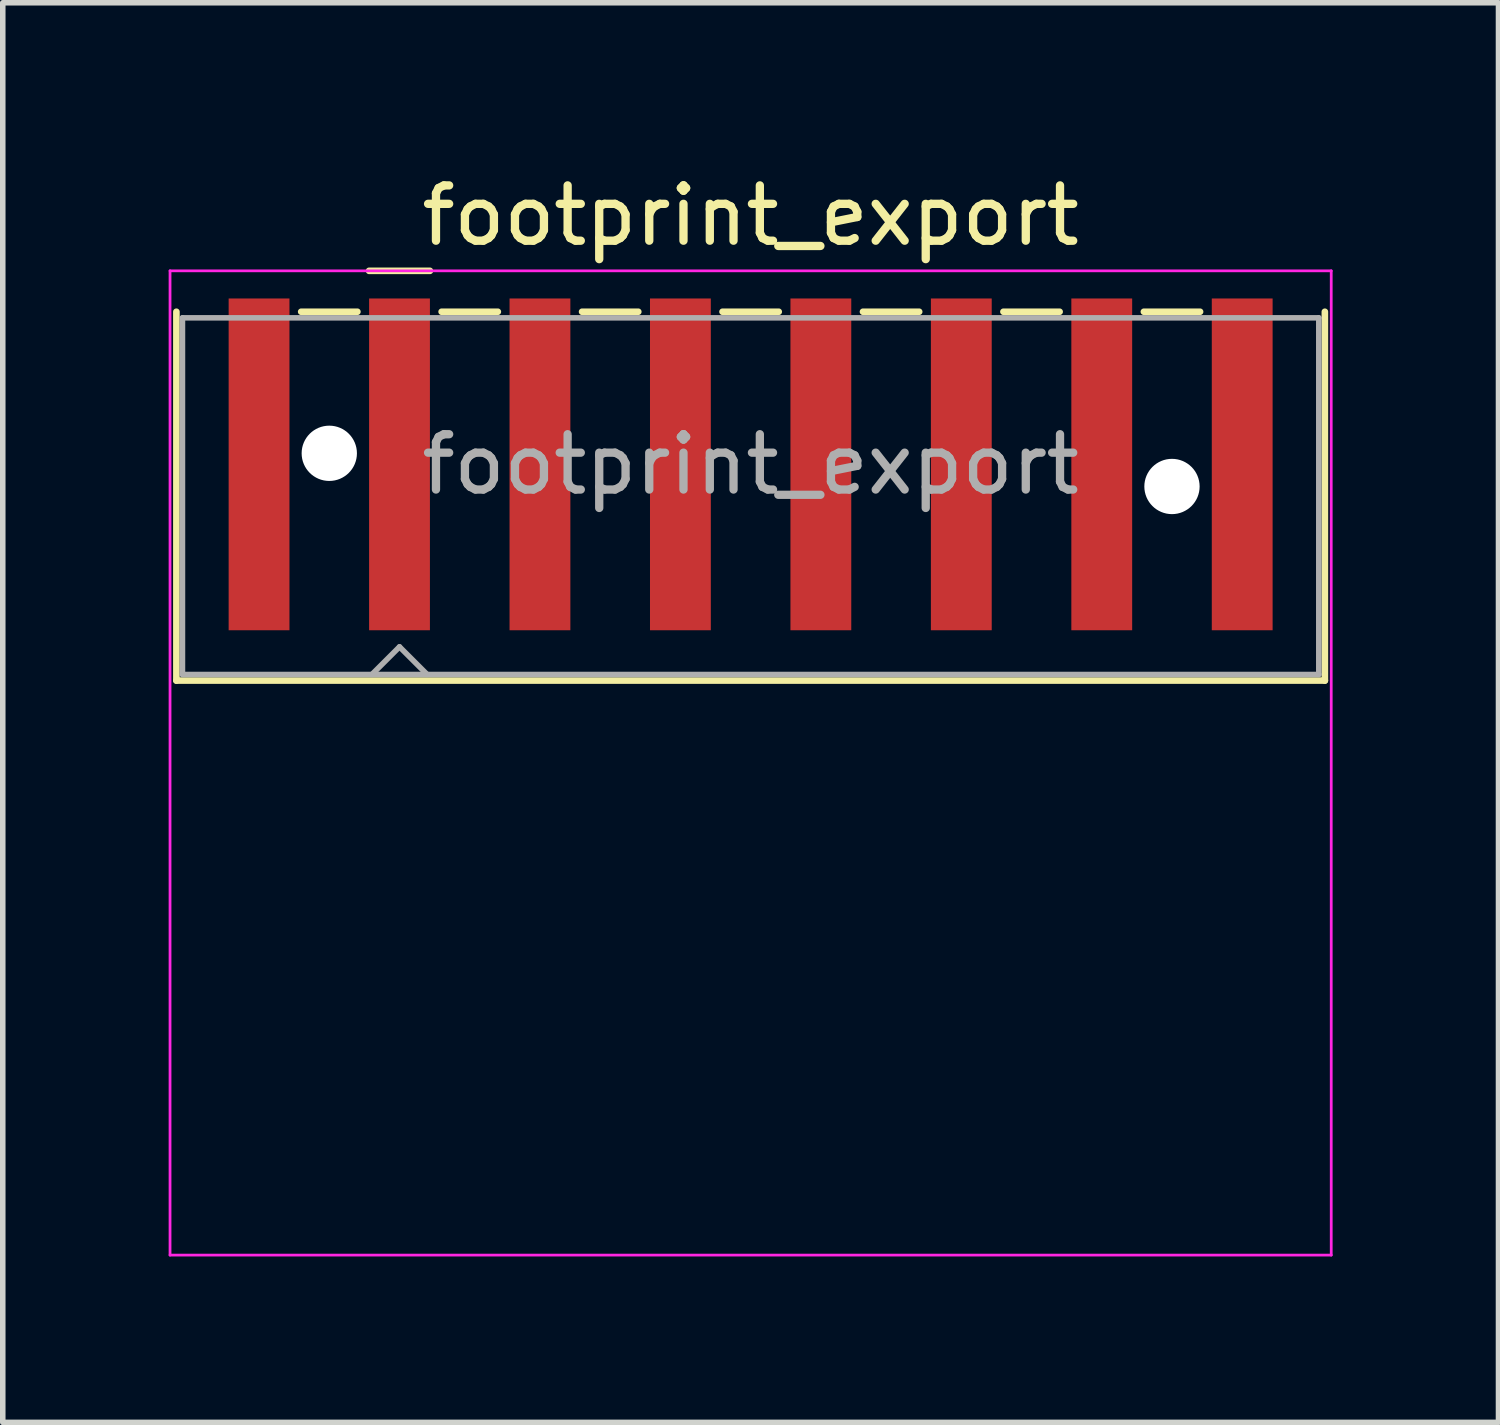
<source format=kicad_pcb>
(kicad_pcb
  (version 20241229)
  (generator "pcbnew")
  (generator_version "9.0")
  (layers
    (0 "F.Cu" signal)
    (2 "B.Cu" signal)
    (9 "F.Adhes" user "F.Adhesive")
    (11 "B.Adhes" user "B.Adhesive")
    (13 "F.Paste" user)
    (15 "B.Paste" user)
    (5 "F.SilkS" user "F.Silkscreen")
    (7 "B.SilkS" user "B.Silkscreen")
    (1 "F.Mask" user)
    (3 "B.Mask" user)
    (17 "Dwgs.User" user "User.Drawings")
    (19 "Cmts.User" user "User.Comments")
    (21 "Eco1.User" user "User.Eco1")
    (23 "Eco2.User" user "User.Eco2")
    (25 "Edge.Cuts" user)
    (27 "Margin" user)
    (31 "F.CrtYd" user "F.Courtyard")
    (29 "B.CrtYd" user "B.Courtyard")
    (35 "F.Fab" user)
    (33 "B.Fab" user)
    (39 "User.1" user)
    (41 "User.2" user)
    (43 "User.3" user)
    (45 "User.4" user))
  (footprint "footprint_export"
    (layer "F.Cu")
    (at 10.525 6.648)
    (property "Reference" "footprint_export" (at 0 -5.8 0) (layer "F.SilkS") (effects (font (size 1 1) (thickness 0.15))))
    (attr smd)
    (fp_line (start -10.385 -4.06) (end -10.385 2.61) (stroke (width 0.12) (type solid)) (layer "F.SilkS"))
    (fp_line (start -8.128 -4.06) (end -7.112 -4.06) (stroke (width 0.12) (type solid)) (layer "F.SilkS"))
    (fp_line (start -6.9 -4.8) (end -5.8 -4.8) (stroke (width 0.12) (type solid)) (layer "F.SilkS"))
    (fp_line (start -5.588 -4.06) (end -4.572 -4.06) (stroke (width 0.12) (type solid)) (layer "F.SilkS"))
    (fp_line (start -3.048 -4.06) (end -2.032 -4.06) (stroke (width 0.12) (type solid)) (layer "F.SilkS"))
    (fp_line (start -0.508 -4.06) (end 0.508 -4.06) (stroke (width 0.12) (type solid)) (layer "F.SilkS"))
    (fp_line (start 2.032 -4.06) (end 3.048 -4.06) (stroke (width 0.12) (type solid)) (layer "F.SilkS"))
    (fp_line (start 4.572 -4.06) (end 5.588 -4.06) (stroke (width 0.12) (type solid)) (layer "F.SilkS"))
    (fp_line (start 7.112 -4.06) (end 8.128 -4.06) (stroke (width 0.12) (type solid)) (layer "F.SilkS"))
    (fp_line (start 10.385 -4.06) (end 10.385 2.61) (stroke (width 0.12) (type solid)) (layer "F.SilkS"))
    (fp_line (start 10.385 2.61) (end -10.385 2.61) (stroke (width 0.12) (type solid)) (layer "F.SilkS"))
    (fp_line (start -10.5 -4.8) (end -10.5 13) (stroke (width 0.05) (type solid)) (layer "F.CrtYd"))
    (fp_line (start -10.5 13) (end 10.5 13) (stroke (width 0.05) (type solid)) (layer "F.CrtYd"))
    (fp_line (start 10.5 -4.8) (end -10.5 -4.8) (stroke (width 0.05) (type solid)) (layer "F.CrtYd"))
    (fp_line (start 10.5 13) (end 10.5 -4.8) (stroke (width 0.05) (type solid)) (layer "F.CrtYd"))
    (fp_line (start -10.275 -3.95) (end -10.275 2.5) (stroke (width 0.1) (type solid)) (layer "F.Fab"))
    (fp_line (start -10.275 2.5) (end 10.275 2.5) (stroke (width 0.1) (type solid)) (layer "F.Fab"))
    (fp_line (start -6.85 2.5) (end -6.35 2) (stroke (width 0.1) (type solid)) (layer "F.Fab"))
    (fp_line (start -6.35 2) (end -5.85 2.5) (stroke (width 0.1) (type solid)) (layer "F.Fab"))
    (fp_line (start 10.275 -3.95) (end -10.275 -3.95) (stroke (width 0.1) (type solid)) (layer "F.Fab"))
    (fp_line (start 10.275 2.5) (end 10.275 -3.95) (stroke (width 0.1) (type solid)) (layer "F.Fab"))
    (fp_text user "${REFERENCE}" (at 0 -1.3 0) (layer "F.Fab") (effects (font (size 1 1) (thickness 0.15))))
    (pad "" np_thru_hole circle (at -7.62 -1.5) (size 1 1) (drill 1) (layers "*.Cu" "*.Mask"))
    (pad "" np_thru_hole circle (at 7.62 -0.9) (size 1 1) (drill 1) (layers "*.Cu" "*.Mask"))
    (pad "1" smd rect (at -6.35 -1.3) (size 1.1 6) (layers "F.Cu" "F.Mask" "F.Paste"))
    (pad "2" smd rect (at -3.81 -1.3) (size 1.1 6) (layers "F.Cu" "F.Mask" "F.Paste"))
    (pad "3" smd rect (at -1.27 -1.3) (size 1.1 6) (layers "F.Cu" "F.Mask" "F.Paste"))
    (pad "4" smd rect (at 1.27 -1.3) (size 1.1 6) (layers "F.Cu" "F.Mask" "F.Paste"))
    (pad "5" smd rect (at 3.81 -1.3) (size 1.1 6) (layers "F.Cu" "F.Mask" "F.Paste"))
    (pad "6" smd rect (at 6.35 -1.3) (size 1.1 6) (layers "F.Cu" "F.Mask" "F.Paste"))
    (pad "MP" smd rect (at -8.89 -1.3) (size 1.1 6) (layers "F.Cu" "F.Mask" "F.Paste"))
    (pad "MP" smd rect (at 8.89 -1.3) (size 1.1 6) (layers "F.Cu" "F.Mask" "F.Paste")))
  (gr_rect
    (start -3 -3)
    (end 24.05 22.673)
    (stroke (width 0.1) (type default))
    (fill no)
    (layer "Edge.Cuts")))
</source>
